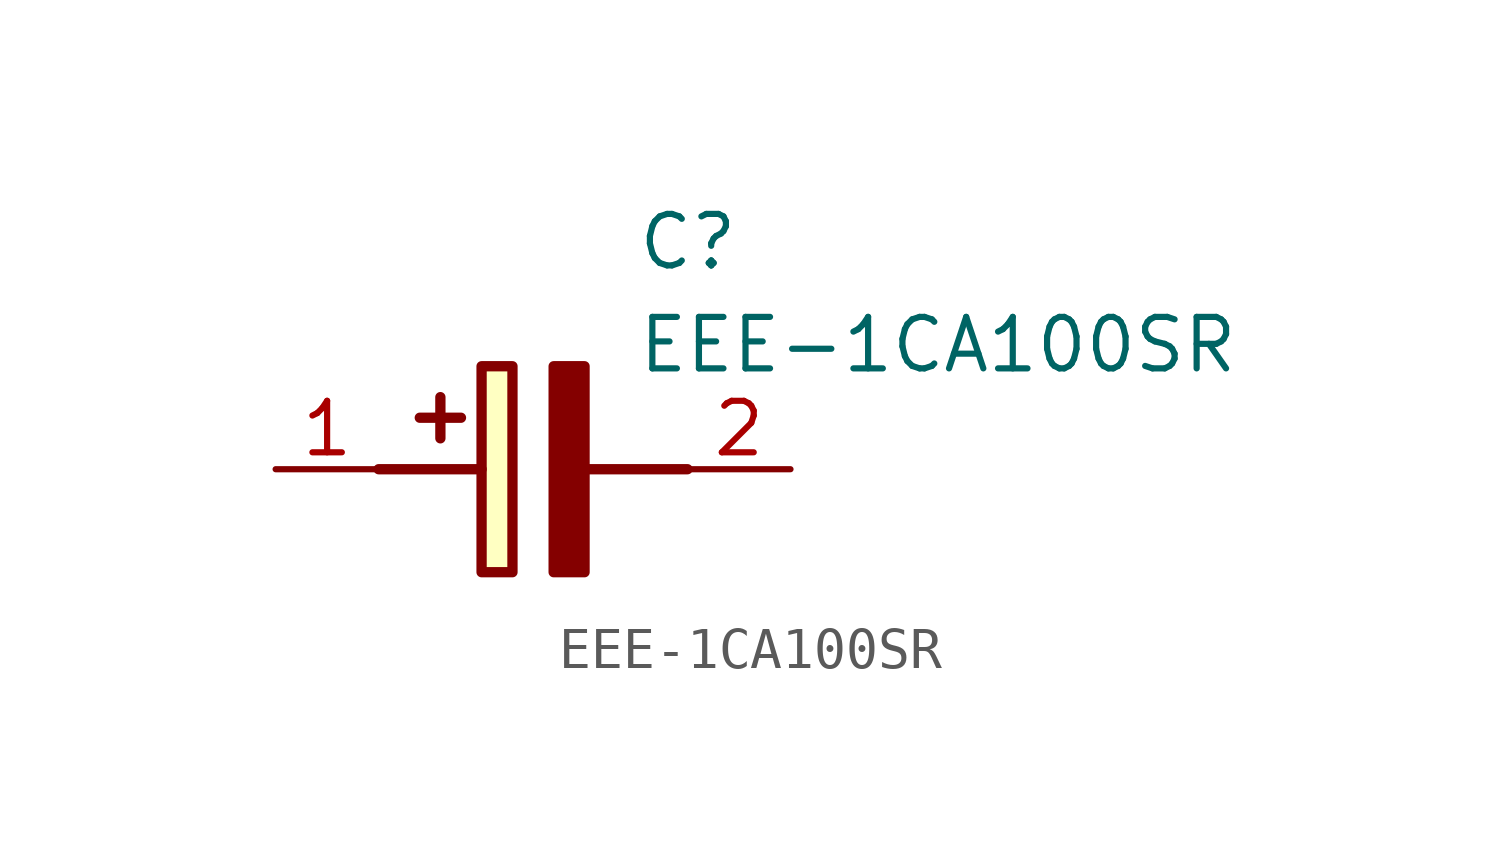
<source format=kicad_sym>
(kicad_symbol_lib
  (version 20211014)
  (generator SamacSys_ECAD_Model)
  (symbol "EEE-1CA100SR"
    (pin_names hide)
    (property "Reference" "C"
      (at 8.89 6.35 0)
      (effects (font (size 1.27 1.27)) (justify left top)))
    (property "Value" "EEE-1CA100SR"
      (at 8.89 3.81 0)
      (effects (font (size 1.27 1.27)) (justify left top)))
    (rectangle
      (start 5.08 2.54)
      (end 5.842 -2.54)
      (stroke (width 0.254) (type default))
      (fill (type background)))
    (polyline
      (pts (xy 4.572 1.27) (xy 3.556 1.27))
      (stroke (width 0.254) (type default))
      (fill (type none)))
    (polyline
      (pts (xy 4.064 1.778) (xy 4.064 0.762))
      (stroke (width 0.254) (type default))
      (fill (type none)))
    (polyline
      (pts (xy 2.54 0) (xy 5.08 0))
      (stroke (width 0.254) (type default))
      (fill (type none)))
    (polyline
      (pts (xy 7.62 0) (xy 10.16 0))
      (stroke (width 0.254) (type default))
      (fill (type none)))
    (polyline
      (pts (xy 7.62 2.54) (xy 7.62 -2.54) (xy 6.858 -2.54) (xy 6.858 2.54) (xy 7.62 2.54))
      (stroke (width 0.254) (type default))
      (fill (type outline)))
    (pin passive line
      (at 0 0 0)
      (length 2.54)
      (name "+" (effects (font (size 1.27 1.27))))
      (number "1" (effects (font (size 1.27 1.27)))))
    (pin passive line
      (at 12.7 0 180)
      (length 2.54)
      (name "-" (effects (font (size 1.27 1.27))))
      (number "2" (effects (font (size 1.27 1.27)))))))
</source>
